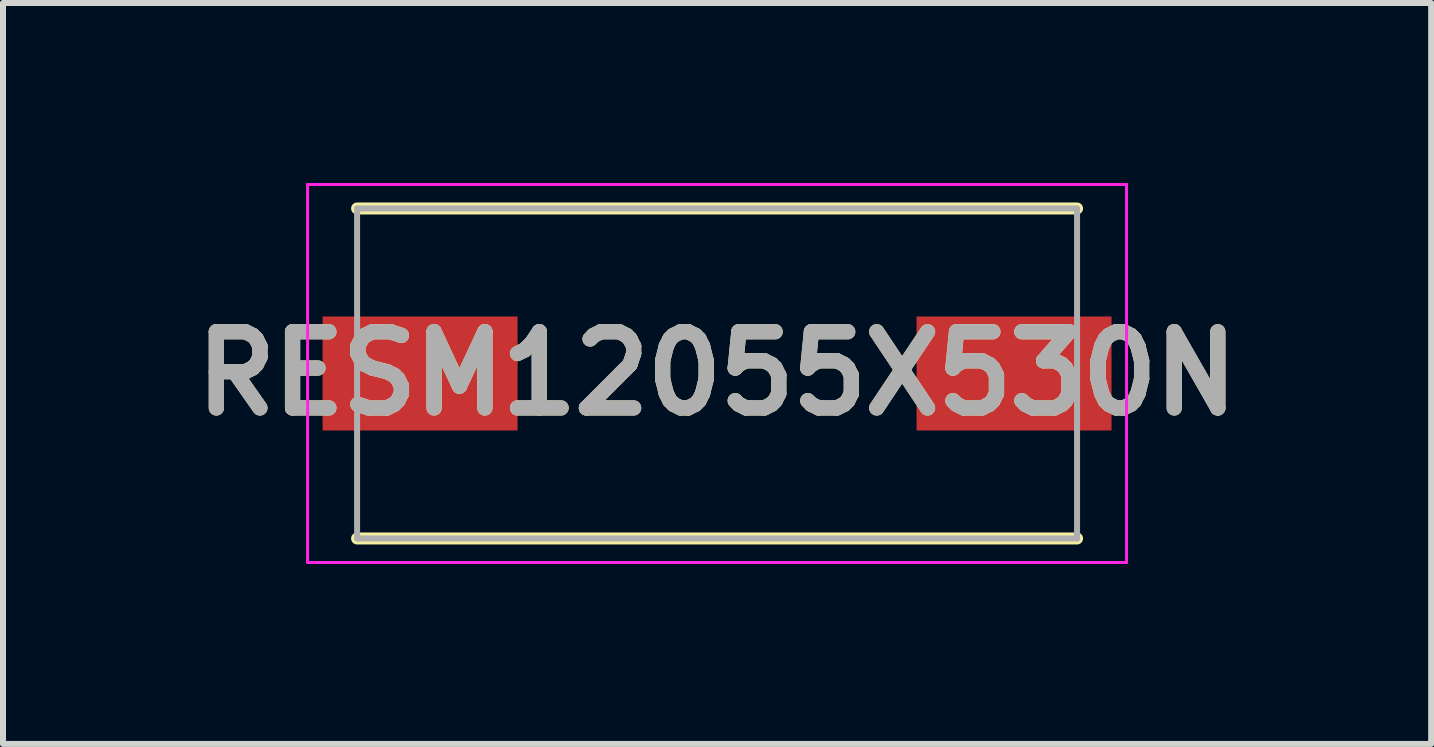
<source format=kicad_pcb>
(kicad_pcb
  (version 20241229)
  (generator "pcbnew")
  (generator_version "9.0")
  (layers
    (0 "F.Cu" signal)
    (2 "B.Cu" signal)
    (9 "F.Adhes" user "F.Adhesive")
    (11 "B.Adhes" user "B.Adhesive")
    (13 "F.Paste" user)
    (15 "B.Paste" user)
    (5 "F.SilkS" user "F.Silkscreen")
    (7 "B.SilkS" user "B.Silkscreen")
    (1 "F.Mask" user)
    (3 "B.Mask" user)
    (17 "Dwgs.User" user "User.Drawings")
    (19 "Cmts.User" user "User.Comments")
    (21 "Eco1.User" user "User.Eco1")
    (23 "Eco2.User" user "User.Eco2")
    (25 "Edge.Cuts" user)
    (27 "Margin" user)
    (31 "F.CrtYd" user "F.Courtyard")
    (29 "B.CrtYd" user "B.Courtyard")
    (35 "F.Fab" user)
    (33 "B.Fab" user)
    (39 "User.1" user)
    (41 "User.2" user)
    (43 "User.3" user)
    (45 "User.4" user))
  (footprint "RESM12055X530N"
    (layer "F.Cu")
    (at 8.902 3.175)
    (property "Reference" "RESM12055X530N" (at 0 0 0) (layer "F.SilkS") (effects (font (size 1.27 1.27) (thickness 0.254))))
    (attr smd)
    (fp_line (start -6 2.75) (end 6 2.75) (stroke (width 0.2) (type solid)) (layer "F.SilkS"))
    (fp_line (start 6 -2.75) (end -6 -2.75) (stroke (width 0.2) (type solid)) (layer "F.SilkS"))
    (fp_line (start -6.825 -3.15) (end 6.825 -3.15) (stroke (width 0.05) (type solid)) (layer "F.CrtYd"))
    (fp_line (start -6.825 3.15) (end -6.825 -3.15) (stroke (width 0.05) (type solid)) (layer "F.CrtYd"))
    (fp_line (start 6.825 -3.15) (end 6.825 3.15) (stroke (width 0.05) (type solid)) (layer "F.CrtYd"))
    (fp_line (start 6.825 3.15) (end -6.825 3.15) (stroke (width 0.05) (type solid)) (layer "F.CrtYd"))
    (fp_line (start -6 -2.75) (end 6 -2.75) (stroke (width 0.1) (type solid)) (layer "F.Fab"))
    (fp_line (start -6 2.75) (end -6 -2.75) (stroke (width 0.1) (type solid)) (layer "F.Fab"))
    (fp_line (start 6 -2.75) (end 6 2.75) (stroke (width 0.1) (type solid)) (layer "F.Fab"))
    (fp_line (start 6 2.75) (end -6 2.75) (stroke (width 0.1) (type solid)) (layer "F.Fab"))
    (fp_text user "${REFERENCE}" (at 0 0 0) (layer "F.Fab") (effects (font (size 1.27 1.27) (thickness 0.254))))
    (pad "1" smd rect (at -4.95 0 90) (size 1.9 3.25) (layers "F.Cu" "F.Mask" "F.Paste"))
    (pad "2" smd rect (at 4.95 0 90) (size 1.9 3.25) (layers "F.Cu" "F.Mask" "F.Paste")))
  (gr_rect
    (start -3 -3)
    (end 20.804 9.35)
    (stroke (width 0.1) (type default))
    (fill no)
    (layer "Edge.Cuts")))
</source>
